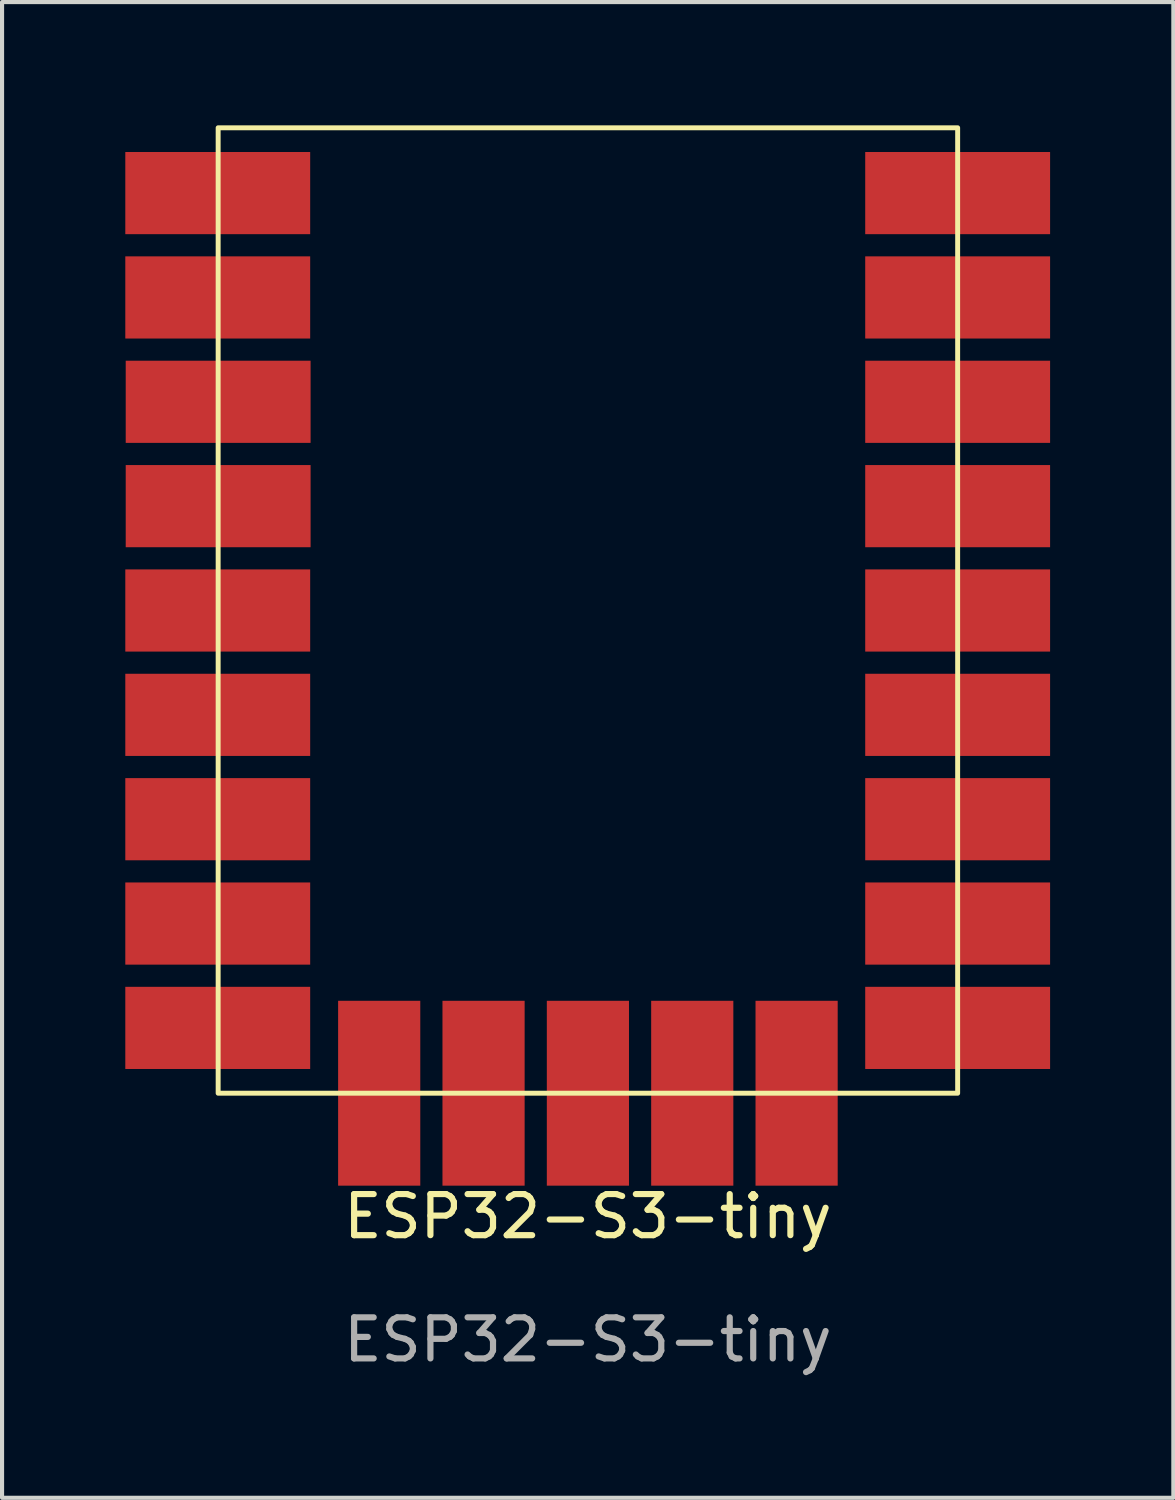
<source format=kicad_pcb>
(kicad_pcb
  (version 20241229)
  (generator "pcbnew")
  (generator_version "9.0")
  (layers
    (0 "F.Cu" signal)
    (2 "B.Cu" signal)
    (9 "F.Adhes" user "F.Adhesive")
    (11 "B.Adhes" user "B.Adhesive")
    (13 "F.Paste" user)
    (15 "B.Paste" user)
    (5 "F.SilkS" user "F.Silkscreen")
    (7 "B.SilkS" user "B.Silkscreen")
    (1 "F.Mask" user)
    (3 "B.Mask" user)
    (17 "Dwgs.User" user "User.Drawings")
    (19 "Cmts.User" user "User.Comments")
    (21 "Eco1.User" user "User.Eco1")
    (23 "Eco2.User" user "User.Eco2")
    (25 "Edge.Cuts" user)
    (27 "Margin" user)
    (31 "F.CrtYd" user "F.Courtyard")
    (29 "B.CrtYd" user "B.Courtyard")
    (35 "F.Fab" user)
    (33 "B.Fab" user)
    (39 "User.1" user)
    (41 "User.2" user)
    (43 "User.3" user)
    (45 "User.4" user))
  (footprint "ESP32-S3-tiny"
    (layer "F.Cu")
    (at 20.26 21.97)
    (property "Reference" "ESP32-S3-tiny" (at -9 4.59 0) (unlocked yes) (layer "F.SilkS") (effects (font (size 1 1) (thickness 0.15))))
    (attr smd)
    (fp_rect (start -18 -21.91) (end 0 1.59) (stroke (width 0.12) (type default)) (fill no) (layer "F.SilkS"))
    (fp_text user "${REFERENCE}" (at -9 7.59 0) (unlocked yes) (layer "F.Fab") (effects (font (size 1 1) (thickness 0.15))))
    (pad "1" smd rect (at -18.01 -20.32) (size 4.5 2) (layers "F.Cu" "F.Mask" "F.Paste"))
    (pad "2" smd rect (at -18.01 -17.78) (size 4.5 2) (layers "F.Cu" "F.Mask" "F.Paste"))
    (pad "3" smd rect (at -18 -15.24) (size 4.5 2) (layers "F.Cu" "F.Mask" "F.Paste"))
    (pad "4" smd rect (at -18 -12.7) (size 4.5 2) (layers "F.Cu" "F.Mask" "F.Paste"))
    (pad "5" smd rect (at -18.01 -10.16) (size 4.5 2) (layers "F.Cu" "F.Mask" "F.Paste"))
    (pad "6" smd rect (at -18.01 -7.62) (size 4.5 2) (layers "F.Cu" "F.Mask" "F.Paste"))
    (pad "7" smd rect (at -18.01 -5.08) (size 4.5 2) (layers "F.Cu" "F.Mask" "F.Paste"))
    (pad "8" smd rect (at -18.01 -2.54) (size 4.5 2) (layers "F.Cu" "F.Mask" "F.Paste"))
    (pad "9" smd rect (at -18.01 0) (size 4.5 2) (layers "F.Cu" "F.Mask" "F.Paste"))
    (pad "10" smd rect (at -14.08 1.59 90) (size 4.5 2) (layers "F.Cu" "F.Mask" "F.Paste"))
    (pad "11" smd rect (at -11.54 1.59 90) (size 4.5 2) (layers "F.Cu" "F.Mask" "F.Paste"))
    (pad "12" smd rect (at -9 1.59 90) (size 4.5 2) (layers "F.Cu" "F.Mask" "F.Paste"))
    (pad "13" smd rect (at -6.46 1.59 90) (size 4.5 2) (layers "F.Cu" "F.Mask" "F.Paste"))
    (pad "14" smd rect (at -3.92 1.59 90) (size 4.5 2) (layers "F.Cu" "F.Mask" "F.Paste"))
    (pad "15" smd rect (at 0 0 180) (size 4.5 2) (layers "F.Cu" "F.Mask" "F.Paste"))
    (pad "16" smd rect (at 0 -2.54 180) (size 4.5 2) (layers "F.Cu" "F.Mask" "F.Paste"))
    (pad "17" smd rect (at 0 -5.08 180) (size 4.5 2) (layers "F.Cu" "F.Mask" "F.Paste"))
    (pad "18" smd rect (at 0 -7.62 180) (size 4.5 2) (layers "F.Cu" "F.Mask" "F.Paste"))
    (pad "19" smd rect (at 0 -10.16 180) (size 4.5 2) (layers "F.Cu" "F.Mask" "F.Paste"))
    (pad "20" smd rect (at 0 -12.7 180) (size 4.5 2) (layers "F.Cu" "F.Mask" "F.Paste"))
    (pad "21" smd rect (at 0 -15.24 180) (size 4.5 2) (layers "F.Cu" "F.Mask" "F.Paste"))
    (pad "22" smd rect (at 0 -17.78 180) (size 4.5 2) (layers "F.Cu" "F.Mask" "F.Paste"))
    (pad "23" smd rect (at 0 -20.32 180) (size 4.5 2) (layers "F.Cu" "F.Mask" "F.Paste")))
  (gr_rect
    (start -3 -3)
    (end 25.51 33.408)
    (stroke (width 0.1) (type default))
    (fill no)
    (layer "Edge.Cuts")))
</source>
